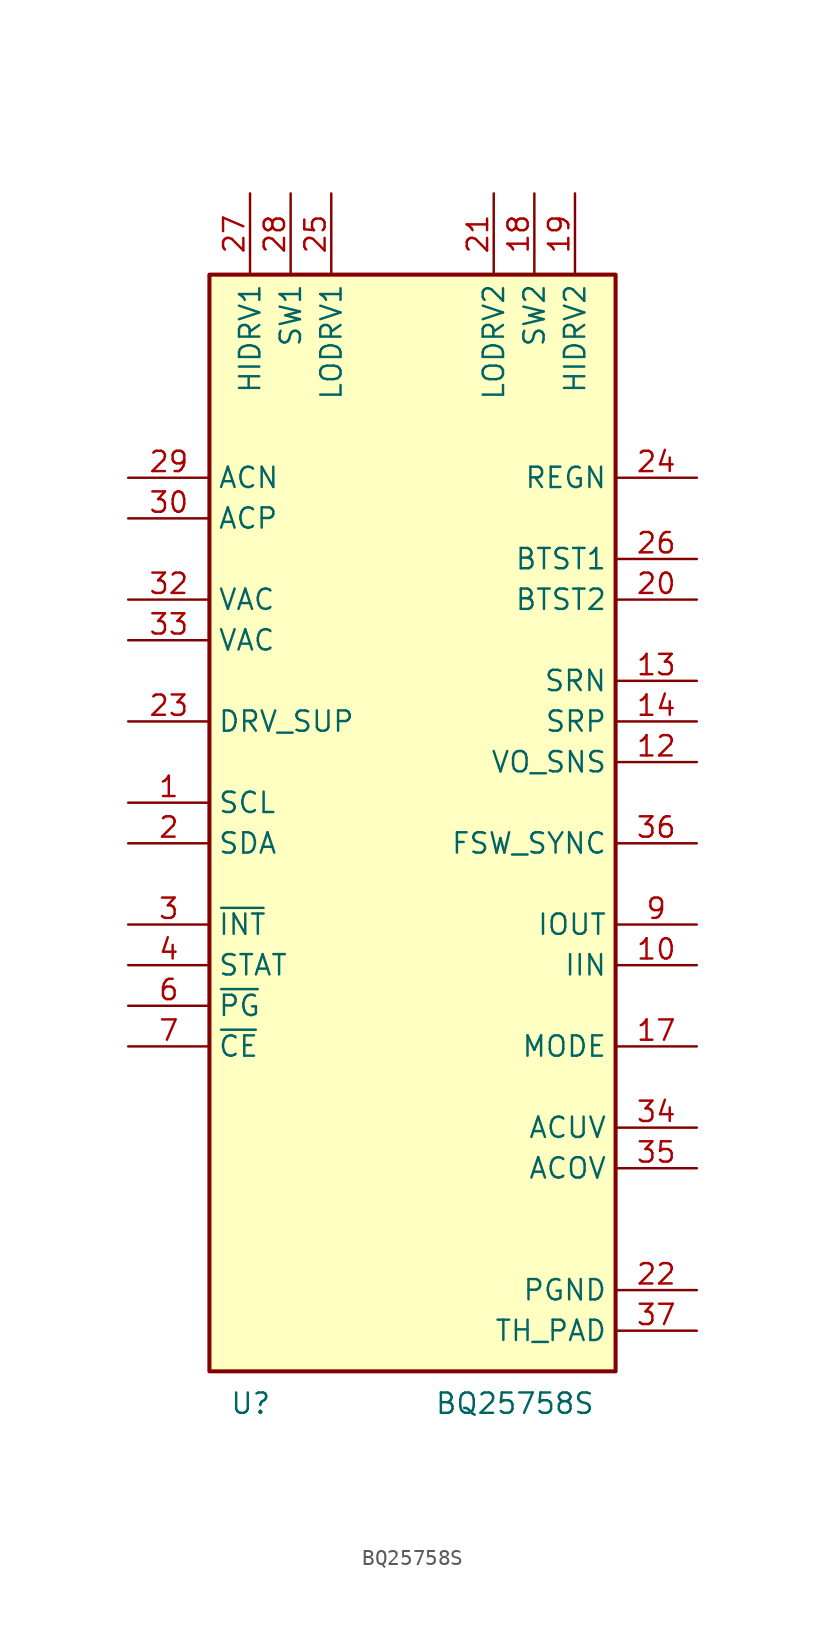
<source format=kicad_sym>
(kicad_symbol_lib
  (version 20241209)
  (generator "kicad_symbol_editor")
  (generator_version "9.0")
  (symbol "BQ25758S"
    (property "Reference" "U"
      (at -11.43 -35.56 0)
      (effects (font (size 1.27 1.27)) (justify left top)))
    (property "Value" "BQ25758S"
      (at 11.43 -35.56 0)
      (effects (font (size 1.27 1.27)) (justify right top)))
    (symbol "BQ25758S_0_1"
      (rectangle (start -12.7 34.29) (end 12.7 -34.29) (stroke (width 0.254) (type default)) (fill (type background))))
    (symbol "BQ25758S_1_1"
      (pin input line (at -17.78 21.59 0) (length 5.08) (name "ACN" (effects (font (size 1.27 1.27)))) (number "29" (effects (font (size 1.27 1.27)))))
      (pin input line (at -17.78 19.05 0) (length 5.08) (name "ACP" (effects (font (size 1.27 1.27)))) (number "30" (effects (font (size 1.27 1.27)))))
      (pin power_in line (at -17.78 13.97 0) (length 5.08) (name "VAC" (effects (font (size 1.27 1.27)))) (number "32" (effects (font (size 1.27 1.27)))))
      (pin power_in line (at -17.78 11.43 0) (length 5.08) (name "VAC" (effects (font (size 1.27 1.27)))) (number "33" (effects (font (size 1.27 1.27)))))
      (pin power_in line (at -17.78 6.35 0) (length 5.08) (name "DRV_SUP" (effects (font (size 1.27 1.27)))) (number "23" (effects (font (size 1.27 1.27)))))
      (pin input line (at -17.78 1.27 0) (length 5.08) (name "SCL" (effects (font (size 1.27 1.27)))) (number "1" (effects (font (size 1.27 1.27)))))
      (pin bidirectional line (at -17.78 -1.27 0) (length 5.08) (name "SDA" (effects (font (size 1.27 1.27)))) (number "2" (effects (font (size 1.27 1.27)))))
      (pin open_collector line (at -17.78 -6.35 0) (length 5.08) (name "~{INT}" (effects (font (size 1.27 1.27)))) (number "3" (effects (font (size 1.27 1.27)))))
      (pin open_collector line (at -17.78 -8.89 0) (length 5.08) (name "STAT" (effects (font (size 1.27 1.27)))) (number "4" (effects (font (size 1.27 1.27)))))
      (pin open_collector line (at -17.78 -11.43 0) (length 5.08) (name "~{PG}" (effects (font (size 1.27 1.27)))) (number "6" (effects (font (size 1.27 1.27)))) (alternate "STAT3" open_collector line))
      (pin bidirectional line (at -17.78 -13.97 0) (length 5.08) (name "~{CE}" (effects (font (size 1.27 1.27)))) (number "7" (effects (font (size 1.27 1.27)))) (alternate "STAT4" output line))
      (pin no_connect line (at -17.78 -19.05 0) (length 5.08) (hide yes) (name "NC" (effects (font (size 1.27 1.27)))) (number "5" (effects (font (size 1.27 1.27)))))
      (pin no_connect line (at -17.78 -21.59 0) (length 5.08) (hide yes) (name "NC" (effects (font (size 1.27 1.27)))) (number "8" (effects (font (size 1.27 1.27)))))
      (pin no_connect line (at -17.78 -24.13 0) (length 5.08) (hide yes) (name "NC" (effects (font (size 1.27 1.27)))) (number "11" (effects (font (size 1.27 1.27)))))
      (pin no_connect line (at -17.78 -26.67 0) (length 5.08) (hide yes) (name "NC" (effects (font (size 1.27 1.27)))) (number "15" (effects (font (size 1.27 1.27)))))
      (pin no_connect line (at -17.78 -29.21 0) (length 5.08) (hide yes) (name "NC" (effects (font (size 1.27 1.27)))) (number "16" (effects (font (size 1.27 1.27)))))
      (pin no_connect line (at -17.78 -31.75 0) (length 5.08) (hide yes) (name "NC" (effects (font (size 1.27 1.27)))) (number "31" (effects (font (size 1.27 1.27)))))
      (pin output line (at -10.16 39.37 270) (length 5.08) (name "HIDRV1" (effects (font (size 1.27 1.27)))) (number "27" (effects (font (size 1.27 1.27)))))
      (pin input line (at -7.62 39.37 270) (length 5.08) (name "SW1" (effects (font (size 1.27 1.27)))) (number "28" (effects (font (size 1.27 1.27)))))
      (pin output line (at -5.08 39.37 270) (length 5.08) (name "LODRV1" (effects (font (size 1.27 1.27)))) (number "25" (effects (font (size 1.27 1.27)))))
      (pin output line (at 5.08 39.37 270) (length 5.08) (name "LODRV2" (effects (font (size 1.27 1.27)))) (number "21" (effects (font (size 1.27 1.27)))))
      (pin input line (at 7.62 39.37 270) (length 5.08) (name "SW2" (effects (font (size 1.27 1.27)))) (number "18" (effects (font (size 1.27 1.27)))))
      (pin output line (at 10.16 39.37 270) (length 5.08) (name "HIDRV2" (effects (font (size 1.27 1.27)))) (number "19" (effects (font (size 1.27 1.27)))))
      (pin power_out line (at 17.78 21.59 180) (length 5.08) (name "REGN" (effects (font (size 1.27 1.27)))) (number "24" (effects (font (size 1.27 1.27)))))
      (pin power_in line (at 17.78 16.51 180) (length 5.08) (name "BTST1" (effects (font (size 1.27 1.27)))) (number "26" (effects (font (size 1.27 1.27)))))
      (pin power_in line (at 17.78 13.97 180) (length 5.08) (name "BTST2" (effects (font (size 1.27 1.27)))) (number "20" (effects (font (size 1.27 1.27)))))
      (pin input line (at 17.78 8.89 180) (length 5.08) (name "SRN" (effects (font (size 1.27 1.27)))) (number "13" (effects (font (size 1.27 1.27)))))
      (pin input line (at 17.78 6.35 180) (length 5.08) (name "SRP" (effects (font (size 1.27 1.27)))) (number "14" (effects (font (size 1.27 1.27)))))
      (pin input line (at 17.78 3.81 180) (length 5.08) (name "VO_SNS" (effects (font (size 1.27 1.27)))) (number "12" (effects (font (size 1.27 1.27)))))
      (pin input line (at 17.78 -1.27 180) (length 5.08) (name "FSW_SYNC" (effects (font (size 1.27 1.27)))) (number "36" (effects (font (size 1.27 1.27)))))
      (pin input line (at 17.78 -6.35 180) (length 5.08) (name "IOUT" (effects (font (size 1.27 1.27)))) (number "9" (effects (font (size 1.27 1.27)))))
      (pin input line (at 17.78 -8.89 180) (length 5.08) (name "IIN" (effects (font (size 1.27 1.27)))) (number "10" (effects (font (size 1.27 1.27)))))
      (pin input line (at 17.78 -13.97 180) (length 5.08) (name "MODE" (effects (font (size 1.27 1.27)))) (number "17" (effects (font (size 1.27 1.27)))))
      (pin input line (at 17.78 -19.05 180) (length 5.08) (name "ACUV" (effects (font (size 1.27 1.27)))) (number "34" (effects (font (size 1.27 1.27)))))
      (pin input line (at 17.78 -21.59 180) (length 5.08) (name "ACOV" (effects (font (size 1.27 1.27)))) (number "35" (effects (font (size 1.27 1.27)))))
      (pin power_in line (at 17.78 -29.21 180) (length 5.08) (name "PGND" (effects (font (size 1.27 1.27)))) (number "22" (effects (font (size 1.27 1.27)))))
      (pin power_in line (at 17.78 -31.75 180) (length 5.08) (name "TH_PAD" (effects (font (size 1.27 1.27)))) (number "37" (effects (font (size 1.27 1.27))))))))
</source>
